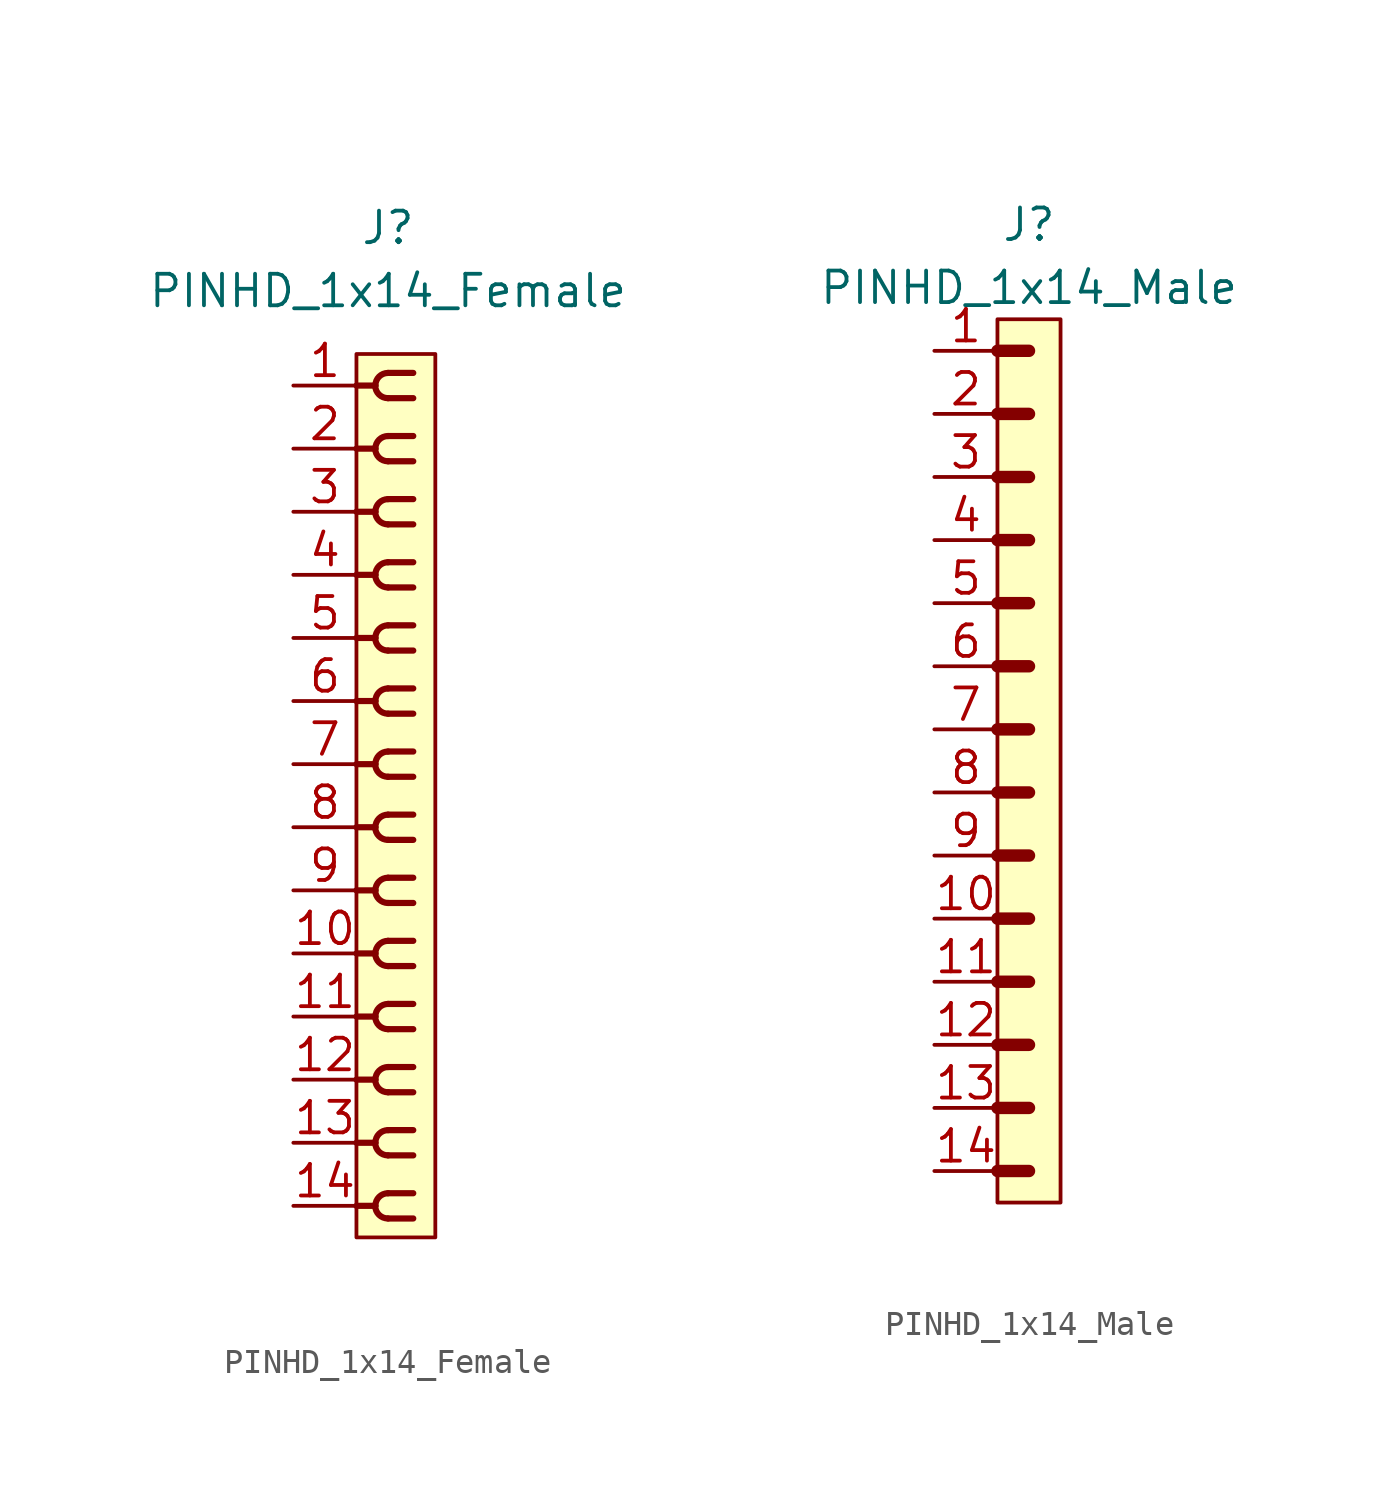
<source format=kicad_sym>
(kicad_symbol_lib
  (version 20220914)
  (generator kicad_symbol_editor)
  (symbol "PINHD_1x14_Female"
    (property "Reference" "J"
      (at 0 22.86 0)
      (effects (font (size 1.27 1.27))))
    (property "Value" "PINHD_1x14_Female"
      (at 0 20.32 0)
      (effects (font (size 1.27 1.27))))
    (symbol "PINHD_1x14_Female_0_1"
      (rectangle (start -1.27 17.78) (end 1.905 -17.78) (stroke (width 0) (type default)) (fill (type background)))
      (arc (start -0.508 -16.51) (mid -0.3592 -16.8692) (end 0 -17.018) (stroke (width 0.25) (type default)) (fill (type none)))
      (arc (start -0.508 -13.97) (mid -0.3592 -14.3292) (end 0 -14.478) (stroke (width 0.25) (type default)) (fill (type none)))
      (arc (start -0.508 -11.43) (mid -0.3592 -11.7892) (end 0 -11.938) (stroke (width 0.25) (type default)) (fill (type none)))
      (arc (start -0.508 -8.89) (mid -0.3592 -9.2492) (end 0 -9.398) (stroke (width 0.25) (type default)) (fill (type none)))
      (arc (start -0.508 -6.35) (mid -0.3592 -6.7092) (end 0 -6.858) (stroke (width 0.25) (type default)) (fill (type none)))
      (arc (start -0.508 -3.81) (mid -0.3592 -4.1692) (end 0 -4.318) (stroke (width 0.25) (type default)) (fill (type none)))
      (arc (start -0.508 -1.27) (mid -0.3592 -1.6292) (end 0 -1.778) (stroke (width 0.25) (type default)) (fill (type none)))
      (arc (start -0.508 1.27) (mid -0.3592 0.9108) (end 0 0.762) (stroke (width 0.25) (type default)) (fill (type none)))
      (arc (start -0.508 3.81) (mid -0.3592 3.4508) (end 0 3.302) (stroke (width 0.25) (type default)) (fill (type none)))
      (arc (start -0.508 6.35) (mid -0.3592 5.9908) (end 0 5.842) (stroke (width 0.25) (type default)) (fill (type none)))
      (arc (start -0.508 8.89) (mid -0.3592 8.5308) (end 0 8.382) (stroke (width 0.25) (type default)) (fill (type none)))
      (arc (start -0.508 11.43) (mid -0.3592 11.0708) (end 0 10.922) (stroke (width 0.25) (type default)) (fill (type none)))
      (arc (start -0.508 13.97) (mid -0.3592 13.6108) (end 0 13.462) (stroke (width 0.25) (type default)) (fill (type none)))
      (arc (start -0.508 16.51) (mid -0.3592 16.1508) (end 0 16.002) (stroke (width 0.25) (type default)) (fill (type none)))
      (arc (start 0 -16.002) (mid -0.3592 -16.1508) (end -0.508 -16.51) (stroke (width 0.25) (type default)) (fill (type none)))
      (arc (start 0 -13.462) (mid -0.3592 -13.6108) (end -0.508 -13.97) (stroke (width 0.25) (type default)) (fill (type none)))
      (arc (start 0 -10.922) (mid -0.3592 -11.0708) (end -0.508 -11.43) (stroke (width 0.25) (type default)) (fill (type none)))
      (arc (start 0 -8.382) (mid -0.3592 -8.5308) (end -0.508 -8.89) (stroke (width 0.25) (type default)) (fill (type none)))
      (arc (start 0 -5.842) (mid -0.3592 -5.9908) (end -0.508 -6.35) (stroke (width 0.25) (type default)) (fill (type none)))
      (arc (start 0 -3.302) (mid -0.3592 -3.4508) (end -0.508 -3.81) (stroke (width 0.25) (type default)) (fill (type none)))
      (arc (start 0 -0.762) (mid -0.3592 -0.9108) (end -0.508 -1.27) (stroke (width 0.25) (type default)) (fill (type none)))
      (polyline (pts (xy -1.27 -16.51) (xy -0.508 -16.51)) (stroke (width 0.25) (type default)) (fill (type none)))
      (polyline (pts (xy -1.27 -13.97) (xy -0.508 -13.97)) (stroke (width 0.25) (type default)) (fill (type none)))
      (polyline (pts (xy -1.27 -11.43) (xy -0.508 -11.43)) (stroke (width 0.25) (type default)) (fill (type none)))
      (polyline (pts (xy -1.27 -8.89) (xy -0.508 -8.89)) (stroke (width 0.25) (type default)) (fill (type none)))
      (polyline (pts (xy -1.27 -6.35) (xy -0.508 -6.35)) (stroke (width 0.25) (type default)) (fill (type none)))
      (polyline (pts (xy -1.27 -3.81) (xy -0.508 -3.81)) (stroke (width 0.25) (type default)) (fill (type none)))
      (polyline (pts (xy -1.27 -1.27) (xy -0.508 -1.27)) (stroke (width 0.25) (type default)) (fill (type none)))
      (polyline (pts (xy -1.27 1.27) (xy -0.508 1.27)) (stroke (width 0.25) (type default)) (fill (type none)))
      (polyline (pts (xy -1.27 3.81) (xy -0.508 3.81)) (stroke (width 0.25) (type default)) (fill (type none)))
      (polyline (pts (xy -1.27 6.35) (xy -0.508 6.35)) (stroke (width 0.25) (type default)) (fill (type none)))
      (polyline (pts (xy -1.27 8.89) (xy -0.508 8.89)) (stroke (width 0.25) (type default)) (fill (type none)))
      (polyline (pts (xy -1.27 11.43) (xy -0.508 11.43)) (stroke (width 0.25) (type default)) (fill (type none)))
      (polyline (pts (xy -1.27 13.97) (xy -0.508 13.97)) (stroke (width 0.25) (type default)) (fill (type none)))
      (polyline (pts (xy -1.27 16.51) (xy -0.508 16.51)) (stroke (width 0.25) (type default)) (fill (type none)))
      (polyline (pts (xy 0 -17.018) (xy 1.016 -17.018)) (stroke (width 0.25) (type default)) (fill (type none)))
      (polyline (pts (xy 0 -16.002) (xy 1.016 -16.002)) (stroke (width 0.25) (type default)) (fill (type none)))
      (polyline (pts (xy 0 -14.478) (xy 1.016 -14.478)) (stroke (width 0.25) (type default)) (fill (type none)))
      (polyline (pts (xy 0 -13.462) (xy 1.016 -13.462)) (stroke (width 0.25) (type default)) (fill (type none)))
      (polyline (pts (xy 0 -11.938) (xy 1.016 -11.938)) (stroke (width 0.25) (type default)) (fill (type none)))
      (polyline (pts (xy 0 -10.922) (xy 1.016 -10.922)) (stroke (width 0.25) (type default)) (fill (type none)))
      (polyline (pts (xy 0 -9.398) (xy 1.016 -9.398)) (stroke (width 0.25) (type default)) (fill (type none)))
      (polyline (pts (xy 0 -8.382) (xy 1.016 -8.382)) (stroke (width 0.25) (type default)) (fill (type none)))
      (polyline (pts (xy 0 -6.858) (xy 1.016 -6.858)) (stroke (width 0.25) (type default)) (fill (type none)))
      (polyline (pts (xy 0 -5.842) (xy 1.016 -5.842)) (stroke (width 0.25) (type default)) (fill (type none)))
      (polyline (pts (xy 0 -4.318) (xy 1.016 -4.318)) (stroke (width 0.25) (type default)) (fill (type none)))
      (polyline (pts (xy 0 -3.302) (xy 1.016 -3.302)) (stroke (width 0.25) (type default)) (fill (type none)))
      (polyline (pts (xy 0 -1.778) (xy 1.016 -1.778)) (stroke (width 0.25) (type default)) (fill (type none)))
      (polyline (pts (xy 0 -0.762) (xy 1.016 -0.762)) (stroke (width 0.25) (type default)) (fill (type none)))
      (polyline (pts (xy 0 0.762) (xy 1.016 0.762)) (stroke (width 0.25) (type default)) (fill (type none)))
      (polyline (pts (xy 0 1.778) (xy 1.016 1.778)) (stroke (width 0.25) (type default)) (fill (type none)))
      (polyline (pts (xy 0 3.302) (xy 1.016 3.302)) (stroke (width 0.25) (type default)) (fill (type none)))
      (polyline (pts (xy 0 4.318) (xy 1.016 4.318)) (stroke (width 0.25) (type default)) (fill (type none)))
      (polyline (pts (xy 0 5.842) (xy 1.016 5.842)) (stroke (width 0.25) (type default)) (fill (type none)))
      (polyline (pts (xy 0 6.858) (xy 1.016 6.858)) (stroke (width 0.25) (type default)) (fill (type none)))
      (polyline (pts (xy 0 8.382) (xy 1.016 8.382)) (stroke (width 0.25) (type default)) (fill (type none)))
      (polyline (pts (xy 0 9.398) (xy 1.016 9.398)) (stroke (width 0.25) (type default)) (fill (type none)))
      (polyline (pts (xy 0 10.922) (xy 1.016 10.922)) (stroke (width 0.25) (type default)) (fill (type none)))
      (polyline (pts (xy 0 11.938) (xy 1.016 11.938)) (stroke (width 0.25) (type default)) (fill (type none)))
      (polyline (pts (xy 0 13.462) (xy 1.016 13.462)) (stroke (width 0.25) (type default)) (fill (type none)))
      (polyline (pts (xy 0 14.478) (xy 1.016 14.478)) (stroke (width 0.25) (type default)) (fill (type none)))
      (polyline (pts (xy 0 16.002) (xy 1.016 16.002)) (stroke (width 0.25) (type default)) (fill (type none)))
      (polyline (pts (xy 0 17.018) (xy 1.016 17.018)) (stroke (width 0.25) (type default)) (fill (type none)))
      (arc (start 0 1.778) (mid -0.3592 1.6292) (end -0.508 1.27) (stroke (width 0.25) (type default)) (fill (type none)))
      (arc (start 0 4.318) (mid -0.3592 4.1692) (end -0.508 3.81) (stroke (width 0.25) (type default)) (fill (type none)))
      (arc (start 0 6.858) (mid -0.3592 6.7092) (end -0.508 6.35) (stroke (width 0.25) (type default)) (fill (type none)))
      (arc (start 0 9.398) (mid -0.3592 9.2492) (end -0.508 8.89) (stroke (width 0.25) (type default)) (fill (type none)))
      (arc (start 0 11.938) (mid -0.3592 11.7892) (end -0.508 11.43) (stroke (width 0.25) (type default)) (fill (type none)))
      (arc (start 0 14.478) (mid -0.3592 14.3292) (end -0.508 13.97) (stroke (width 0.25) (type default)) (fill (type none)))
      (arc (start 0 17.018) (mid -0.3592 16.8692) (end -0.508 16.51) (stroke (width 0.25) (type default)) (fill (type none))))
    (symbol "PINHD_1x14_Female_1_1"
      (pin passive line (at -3.81 16.51 0) (length 2.54) (name "" (effects (font (size 1.27 1.27)))) (number "1" (effects (font (size 1.27 1.27)))))
      (pin passive line (at -3.81 -6.35 0) (length 2.54) (name "" (effects (font (size 1.27 1.27)))) (number "10" (effects (font (size 1.27 1.27)))))
      (pin passive line (at -3.81 -8.89 0) (length 2.54) (name "" (effects (font (size 1.27 1.27)))) (number "11" (effects (font (size 1.27 1.27)))))
      (pin passive line (at -3.81 -11.43 0) (length 2.54) (name "" (effects (font (size 1.27 1.27)))) (number "12" (effects (font (size 1.27 1.27)))))
      (pin passive line (at -3.81 -13.97 0) (length 2.54) (name "" (effects (font (size 1.27 1.27)))) (number "13" (effects (font (size 1.27 1.27)))))
      (pin passive line (at -3.81 -16.51 0) (length 2.54) (name "" (effects (font (size 1.27 1.27)))) (number "14" (effects (font (size 1.27 1.27)))))
      (pin passive line (at -3.81 13.97 0) (length 2.54) (name "" (effects (font (size 1.27 1.27)))) (number "2" (effects (font (size 1.27 1.27)))))
      (pin passive line (at -3.81 11.43 0) (length 2.54) (name "" (effects (font (size 1.27 1.27)))) (number "3" (effects (font (size 1.27 1.27)))))
      (pin passive line (at -3.81 8.89 0) (length 2.54) (name "" (effects (font (size 1.27 1.27)))) (number "4" (effects (font (size 1.27 1.27)))))
      (pin passive line (at -3.81 6.35 0) (length 2.54) (name "" (effects (font (size 1.27 1.27)))) (number "5" (effects (font (size 1.27 1.27)))))
      (pin passive line (at -3.81 3.81 0) (length 2.54) (name "" (effects (font (size 1.27 1.27)))) (number "6" (effects (font (size 1.27 1.27)))))
      (pin passive line (at -3.81 1.27 0) (length 2.54) (name "" (effects (font (size 1.27 1.27)))) (number "7" (effects (font (size 1.27 1.27)))))
      (pin passive line (at -3.81 -1.27 0) (length 2.54) (name "" (effects (font (size 1.27 1.27)))) (number "8" (effects (font (size 1.27 1.27)))))
      (pin passive line (at -3.81 -3.81 0) (length 2.54) (name "" (effects (font (size 1.27 1.27)))) (number "9" (effects (font (size 1.27 1.27)))))))
  (symbol "PINHD_1x14_Male"
    (property "Reference" "J"
      (at 0 21.59 0)
      (effects (font (size 1.27 1.27))))
    (property "Value" "PINHD_1x14_Male"
      (at 0 19.05 0)
      (effects (font (size 1.27 1.27))))
    (symbol "PINHD_1x14_Male_0_1"
      (rectangle (start -1.27 17.78) (end 1.27 -17.78) (stroke (width 0) (type default)) (fill (type background)))
      (polyline (pts (xy -1.27 -16.51) (xy 0 -16.51)) (stroke (width 0.5) (type default)) (fill (type none)))
      (polyline (pts (xy -1.27 -13.97) (xy 0 -13.97)) (stroke (width 0.5) (type default)) (fill (type none)))
      (polyline (pts (xy -1.27 -11.43) (xy 0 -11.43)) (stroke (width 0.5) (type default)) (fill (type none)))
      (polyline (pts (xy -1.27 -8.89) (xy 0 -8.89)) (stroke (width 0.5) (type default)) (fill (type none)))
      (polyline (pts (xy -1.27 -6.35) (xy 0 -6.35)) (stroke (width 0.3) (type default)) (fill (type none)))
      (polyline (pts (xy -1.27 -6.35) (xy 0 -6.35)) (stroke (width 0.5) (type default)) (fill (type none)))
      (polyline (pts (xy -1.27 -3.81) (xy 0 -3.81)) (stroke (width 0.3) (type default)) (fill (type none)))
      (polyline (pts (xy -1.27 -3.81) (xy 0 -3.81)) (stroke (width 0.5) (type default)) (fill (type none)))
      (polyline (pts (xy -1.27 -1.27) (xy 0 -1.27)) (stroke (width 0.3) (type default)) (fill (type none)))
      (polyline (pts (xy -1.27 -1.27) (xy 0 -1.27)) (stroke (width 0.5) (type default)) (fill (type none)))
      (polyline (pts (xy -1.27 1.27) (xy 0 1.27)) (stroke (width 0.3) (type default)) (fill (type none)))
      (polyline (pts (xy -1.27 1.27) (xy 0 1.27)) (stroke (width 0.5) (type default)) (fill (type none)))
      (polyline (pts (xy -1.27 3.81) (xy 0 3.81)) (stroke (width 0.3) (type default)) (fill (type none)))
      (polyline (pts (xy -1.27 3.81) (xy 0 3.81)) (stroke (width 0.5) (type default)) (fill (type none)))
      (polyline (pts (xy -1.27 6.35) (xy 0 6.35)) (stroke (width 0.3) (type default)) (fill (type none)))
      (polyline (pts (xy -1.27 6.35) (xy 0 6.35)) (stroke (width 0.5) (type default)) (fill (type none)))
      (polyline (pts (xy -1.27 8.89) (xy 0 8.89)) (stroke (width 0.3) (type default)) (fill (type none)))
      (polyline (pts (xy -1.27 8.89) (xy 0 8.89)) (stroke (width 0.5) (type default)) (fill (type none)))
      (polyline (pts (xy -1.27 11.43) (xy 0 11.43)) (stroke (width 0.3) (type default)) (fill (type none)))
      (polyline (pts (xy -1.27 11.43) (xy 0 11.43)) (stroke (width 0.5) (type default)) (fill (type none)))
      (polyline (pts (xy -1.27 13.97) (xy 0 13.97)) (stroke (width 0.3) (type default)) (fill (type none)))
      (polyline (pts (xy -1.27 13.97) (xy 0 13.97)) (stroke (width 0.5) (type default)) (fill (type none)))
      (polyline (pts (xy -1.27 16.51) (xy 0 16.51)) (stroke (width 0.5) (type default)) (fill (type none))))
    (symbol "PINHD_1x14_Male_1_1"
      (pin passive line (at -3.81 16.51 0) (length 2.54) (name "" (effects (font (size 1.27 1.27)))) (number "1" (effects (font (size 1.27 1.27)))))
      (pin passive line (at -3.81 -6.35 0) (length 2.54) (name "" (effects (font (size 1.27 1.27)))) (number "10" (effects (font (size 1.27 1.27)))))
      (pin passive line (at -3.81 -8.89 0) (length 2.54) (name "" (effects (font (size 1.27 1.27)))) (number "11" (effects (font (size 1.27 1.27)))))
      (pin passive line (at -3.81 -11.43 0) (length 2.54) (name "" (effects (font (size 1.27 1.27)))) (number "12" (effects (font (size 1.27 1.27)))))
      (pin passive line (at -3.81 -13.97 0) (length 2.54) (name "" (effects (font (size 1.27 1.27)))) (number "13" (effects (font (size 1.27 1.27)))))
      (pin passive line (at -3.81 -16.51 0) (length 2.54) (name "" (effects (font (size 1.27 1.27)))) (number "14" (effects (font (size 1.27 1.27)))))
      (pin passive line (at -3.81 13.97 0) (length 2.54) (name "" (effects (font (size 1.27 1.27)))) (number "2" (effects (font (size 1.27 1.27)))))
      (pin passive line (at -3.81 11.43 0) (length 2.54) (name "" (effects (font (size 1.27 1.27)))) (number "3" (effects (font (size 1.27 1.27)))))
      (pin passive line (at -3.81 8.89 0) (length 2.54) (name "" (effects (font (size 1.27 1.27)))) (number "4" (effects (font (size 1.27 1.27)))))
      (pin passive line (at -3.81 6.35 0) (length 2.54) (name "" (effects (font (size 1.27 1.27)))) (number "5" (effects (font (size 1.27 1.27)))))
      (pin passive line (at -3.81 3.81 0) (length 2.54) (name "" (effects (font (size 1.27 1.27)))) (number "6" (effects (font (size 1.27 1.27)))))
      (pin passive line (at -3.81 1.27 0) (length 2.54) (name "" (effects (font (size 1.27 1.27)))) (number "7" (effects (font (size 1.27 1.27)))))
      (pin passive line (at -3.81 -1.27 0) (length 2.54) (name "" (effects (font (size 1.27 1.27)))) (number "8" (effects (font (size 1.27 1.27)))))
      (pin passive line (at -3.81 -3.81 0) (length 2.54) (name "" (effects (font (size 1.27 1.27)))) (number "9" (effects (font (size 1.27 1.27))))))))
</source>
